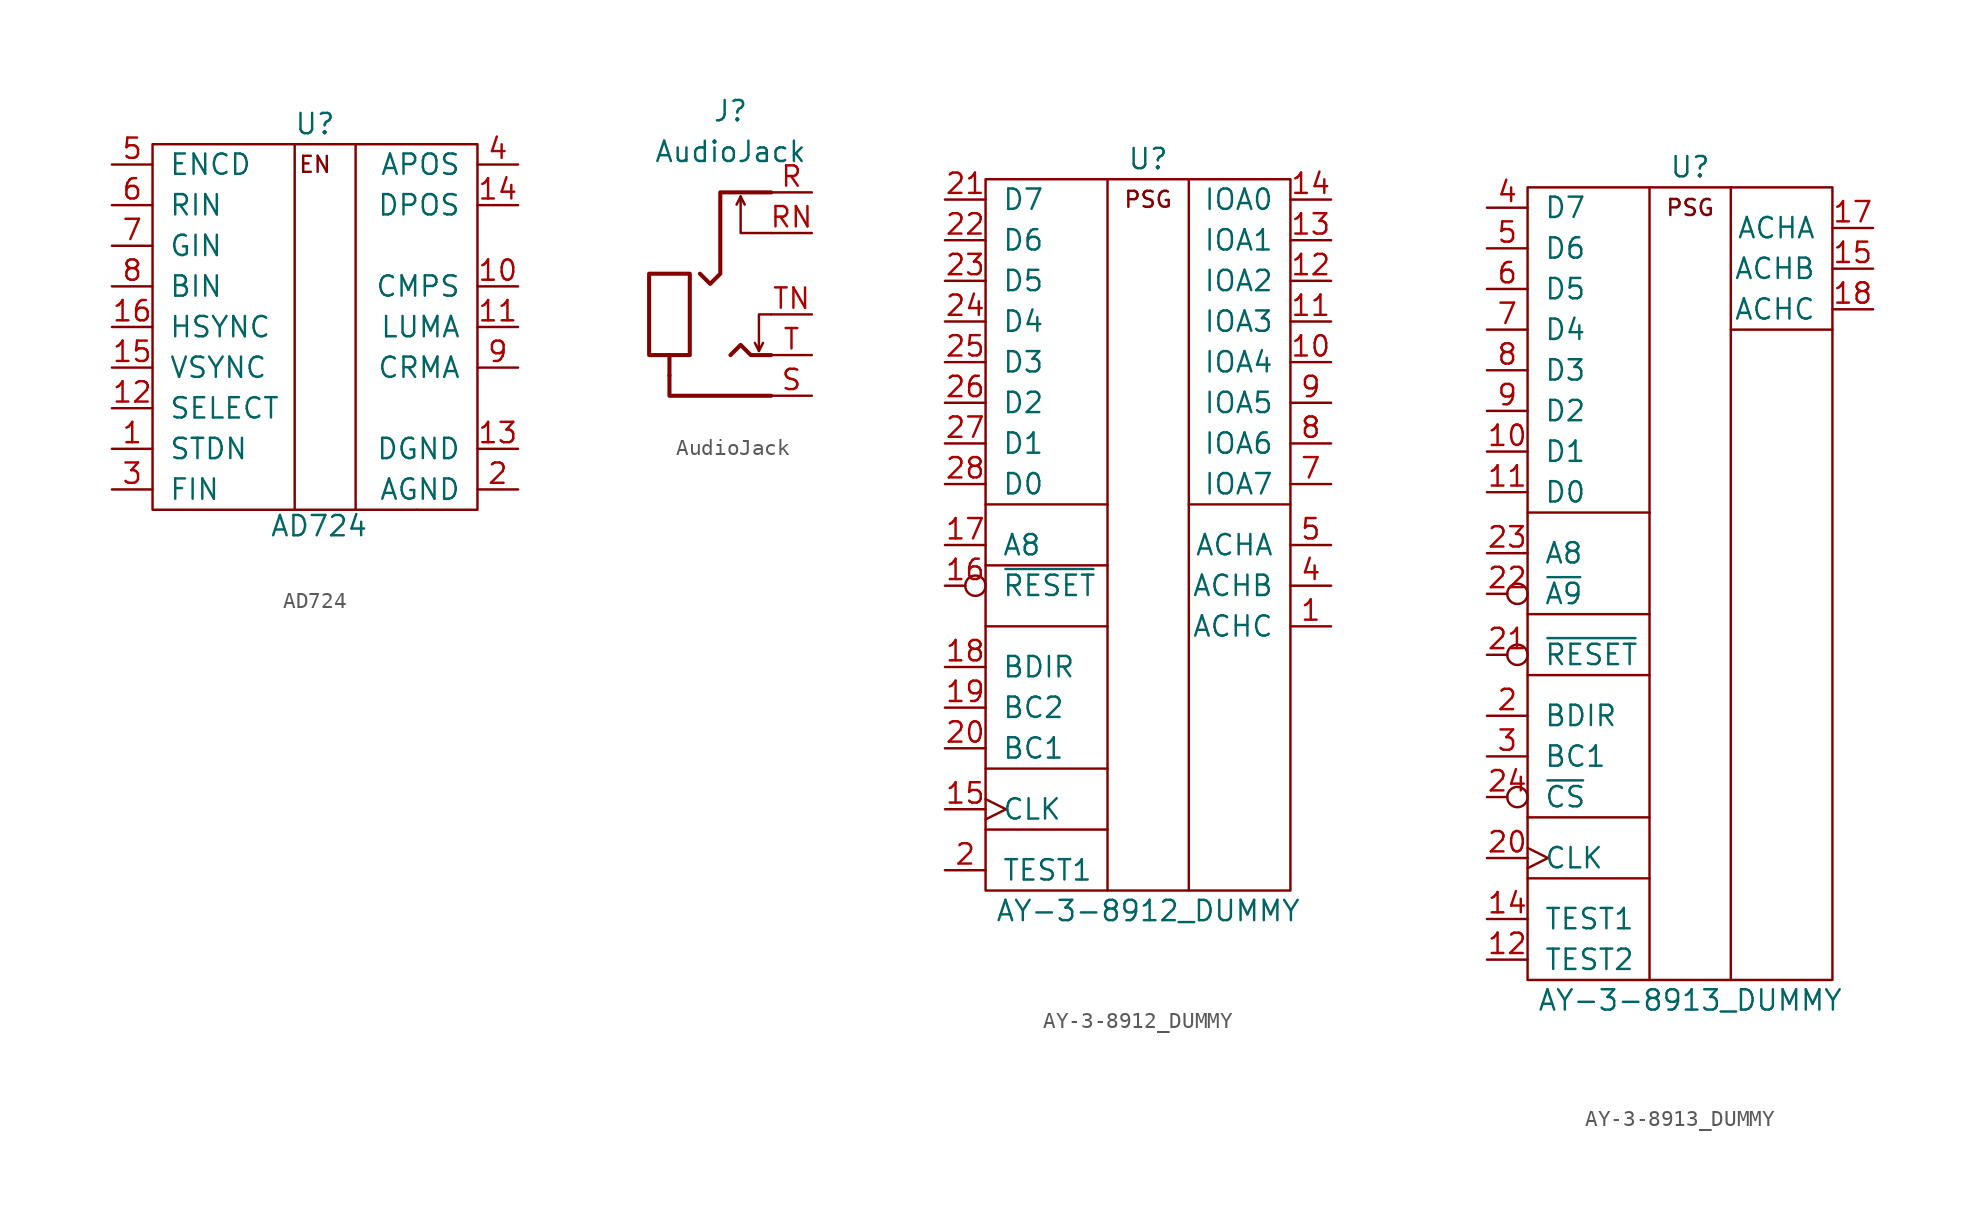
<source format=kicad_sym>
(kicad_symbol_lib
  (version 20211014)
  (generator kicad_symbol_editor)
  (symbol "AD724"
    (pin_names
      (offset 1.016))
    (property "Reference" "U"
      (at 0 12.7 0)
      (effects (font (size 1.27 1.27))))
    (property "Value" "AD724"
      (at 0.254 -12.446 0)
      (effects (font (size 1.27 1.27))))
    (symbol "AD724_0_0"
      (polyline (pts (xy -1.27 11.43) (xy -1.27 -11.43)) (stroke (width 0) (type default) (color 0 0 0 0)) (fill (type none)))
      (polyline (pts (xy 2.54 11.43) (xy 2.54 -11.43)) (stroke (width 0) (type default) (color 0 0 0 0)) (fill (type none)))
      (text "EN" (at 0 10.16 0) (effects (font (size 1 1)))))
    (symbol "AD724_0_1"
      (rectangle (start -10.16 11.43) (end 10.16 -11.43) (stroke (width 0) (type default) (color 0 0 0 0)) (fill (type none)))
      (rectangle (start 6.35 -11.43) (end 6.35 -11.43) (stroke (width 0) (type default) (color 0 0 0 0)) (fill (type none))))
    (symbol "AD724_1_1"
      (pin input line (at -12.7 -7.62 0) (length 2.54) (name "STDN" (effects (font (size 1.27 1.27)))) (number "1" (effects (font (size 1.27 1.27)))))
      (pin output line (at 12.7 2.54 180) (length 2.54) (name "CMPS" (effects (font (size 1.27 1.27)))) (number "10" (effects (font (size 1.27 1.27)))))
      (pin output line (at 12.7 0 180) (length 2.54) (name "LUMA" (effects (font (size 1.27 1.27)))) (number "11" (effects (font (size 1.27 1.27)))))
      (pin input line (at -12.7 -5.08 0) (length 2.54) (name "SELECT" (effects (font (size 1.27 1.27)))) (number "12" (effects (font (size 1.27 1.27)))))
      (pin power_in line (at 12.7 -7.62 180) (length 2.54) (name "DGND" (effects (font (size 1.27 1.27)))) (number "13" (effects (font (size 1.27 1.27)))))
      (pin power_in line (at 12.7 7.62 180) (length 2.54) (name "DPOS" (effects (font (size 1.27 1.27)))) (number "14" (effects (font (size 1.27 1.27)))))
      (pin input line (at -12.7 -2.54 0) (length 2.54) (name "VSYNC" (effects (font (size 1.27 1.27)))) (number "15" (effects (font (size 1.27 1.27)))))
      (pin input line (at -12.7 0 0) (length 2.54) (name "HSYNC" (effects (font (size 1.27 1.27)))) (number "16" (effects (font (size 1.27 1.27)))))
      (pin power_in line (at 12.7 -10.16 180) (length 2.54) (name "AGND" (effects (font (size 1.27 1.27)))) (number "2" (effects (font (size 1.27 1.27)))))
      (pin input line (at -12.7 -10.16 0) (length 2.54) (name "FIN" (effects (font (size 1.27 1.27)))) (number "3" (effects (font (size 1.27 1.27)))))
      (pin power_in line (at 12.7 10.16 180) (length 2.54) (name "APOS" (effects (font (size 1.27 1.27)))) (number "4" (effects (font (size 1.27 1.27)))))
      (pin input line (at -12.7 10.16 0) (length 2.54) (name "ENCD" (effects (font (size 1.27 1.27)))) (number "5" (effects (font (size 1.27 1.27)))))
      (pin input line (at -12.7 7.62 0) (length 2.54) (name "RIN" (effects (font (size 1.27 1.27)))) (number "6" (effects (font (size 1.27 1.27)))))
      (pin input line (at -12.7 5.08 0) (length 2.54) (name "GIN" (effects (font (size 1.27 1.27)))) (number "7" (effects (font (size 1.27 1.27)))))
      (pin input line (at -12.7 2.54 0) (length 2.54) (name "BIN" (effects (font (size 1.27 1.27)))) (number "8" (effects (font (size 1.27 1.27)))))
      (pin output line (at 12.7 -2.54 180) (length 2.54) (name "CRMA" (effects (font (size 1.27 1.27)))) (number "9" (effects (font (size 1.27 1.27)))))))
  (symbol "AudioJack"
    (property "Reference" "J"
      (at 0 11.43 0)
      (effects (font (size 1.27 1.27))))
    (property "Value" "AudioJack"
      (at 0 8.89 0)
      (effects (font (size 1.27 1.27))))
    (symbol "AudioJack_0_1"
      (rectangle (start -2.54 -3.81) (end -5.08 1.27) (stroke (width 0.254) (type default) (color 0 0 0 0)) (fill (type none)))
      (polyline (pts (xy -3.81 -3.81) (xy -3.81 -5.08)) (stroke (width 0.254) (type default) (color 0 0 0 0)) (fill (type none)))
      (polyline (pts (xy -3.81 -5.08) (xy -3.81 -6.35) (xy 2.54 -6.35)) (stroke (width 0.254) (type default) (color 0 0 0 0)) (fill (type none))))
    (symbol "AudioJack_1_1"
      (polyline (pts (xy 0.635 6.096) (xy 0.889 5.588)) (stroke (width 0) (type default) (color 0 0 0 0)) (fill (type none)))
      (polyline (pts (xy 1.778 -3.556) (xy 2.032 -3.048)) (stroke (width 0) (type default) (color 0 0 0 0)) (fill (type none)))
      (polyline (pts (xy 0 -3.81) (xy 0.635 -3.175) (xy 1.27 -3.81) (xy 2.54 -3.81)) (stroke (width 0.254) (type default) (color 0 0 0 0)) (fill (type none)))
      (polyline (pts (xy 2.54 -1.27) (xy 1.778 -1.27) (xy 1.778 -3.556) (xy 1.524 -3.048)) (stroke (width 0) (type default) (color 0 0 0 0)) (fill (type none)))
      (polyline (pts (xy 2.54 3.81) (xy 0.635 3.81) (xy 0.635 6.096) (xy 0.381 5.588)) (stroke (width 0) (type default) (color 0 0 0 0)) (fill (type none)))
      (polyline (pts (xy 2.54 6.35) (xy -0.635 6.35) (xy -0.635 1.27) (xy -1.27 0.635) (xy -1.905 1.27)) (stroke (width 0.254) (type default) (color 0 0 0 0)) (fill (type none)))
      (pin passive line (at 5.08 6.35 180) (length 2.54) (name "~" (effects (font (size 1.27 1.27)))) (number "R" (effects (font (size 1.27 1.27)))))
      (pin passive line (at 5.08 3.81 180) (length 2.54) (name "~" (effects (font (size 1.27 1.27)))) (number "RN" (effects (font (size 1.27 1.27)))))
      (pin passive line (at 5.08 -6.35 180) (length 2.54) (name "~" (effects (font (size 1.27 1.27)))) (number "S" (effects (font (size 1.27 1.27)))))
      (pin passive line (at 5.08 -3.81 180) (length 2.54) (name "~" (effects (font (size 1.27 1.27)))) (number "T" (effects (font (size 1.27 1.27)))))
      (pin passive line (at 5.08 -1.27 180) (length 2.54) (name "~" (effects (font (size 1.27 1.27)))) (number "TN" (effects (font (size 1.27 1.27)))))))
  (symbol "AY-3-8912_DUMMY"
    (pin_names
      (offset 1.016))
    (property "Reference" "U"
      (at 0 25.4 0)
      (effects (font (size 1.27 1.27))))
    (property "Value" "AY-3-8912_DUMMY"
      (at 0 -21.59 0)
      (effects (font (size 1.27 1.27))))
    (symbol "AY-3-8912_DUMMY_0_0"
      (polyline (pts (xy -10.16 -3.81) (xy -2.54 -3.81)) (stroke (width 0) (type default) (color 0 0 0 0)) (fill (type none)))
      (text "PSG" (at 0 22.86 0) (effects (font (size 1 1)))))
    (symbol "AY-3-8912_DUMMY_0_1"
      (rectangle (start -10.16 24.13) (end 8.89 -20.32) (stroke (width 0) (type default) (color 0 0 0 0)) (fill (type none)))
      (polyline (pts (xy -10.16 -16.51) (xy -2.54 -16.51)) (stroke (width 0) (type default) (color 0 0 0 0)) (fill (type none)))
      (polyline (pts (xy -10.16 -12.7) (xy -2.54 -12.7)) (stroke (width 0) (type default) (color 0 0 0 0)) (fill (type none)))
      (polyline (pts (xy -10.16 0) (xy -2.54 0)) (stroke (width 0) (type default) (color 0 0 0 0)) (fill (type none)))
      (polyline (pts (xy -10.16 3.81) (xy -2.54 3.81)) (stroke (width 0) (type default) (color 0 0 0 0)) (fill (type none)))
      (polyline (pts (xy -2.54 3.81) (xy -2.54 3.81)) (stroke (width 0) (type default) (color 0 0 0 0)) (fill (type none)))
      (polyline (pts (xy -2.54 24.13) (xy -2.54 -20.32)) (stroke (width 0) (type default) (color 0 0 0 0)) (fill (type none)))
      (polyline (pts (xy 2.54 -20.32) (xy 2.54 24.13)) (stroke (width 0) (type default) (color 0 0 0 0)) (fill (type none)))
      (polyline (pts (xy 2.54 3.81) (xy 8.89 3.81)) (stroke (width 0) (type default) (color 0 0 0 0)) (fill (type none)))
      (pin power_in line (at 8.89 24.13 180) (length 0) hide (name "VCC" (effects (font (size 1.27 1.27)))) (number "3" (effects (font (size 1.27 1.27)))))
      (pin power_in line (at 8.89 -20.32 180) (length 0) hide (name "GND" (effects (font (size 1.27 1.27)))) (number "6" (effects (font (size 1.27 1.27))))))
    (symbol "AY-3-8912_DUMMY_1_1"
      (pin passive line (at 11.43 -3.81 180) (length 2.54) (name "ACHC" (effects (font (size 1.27 1.27)))) (number "1" (effects (font (size 1.27 1.27)))))
      (pin passive line (at 11.43 12.7 180) (length 2.54) (name "IOA4" (effects (font (size 1.27 1.27)))) (number "10" (effects (font (size 1.27 1.27)))))
      (pin passive line (at 11.43 15.24 180) (length 2.54) (name "IOA3" (effects (font (size 1.27 1.27)))) (number "11" (effects (font (size 1.27 1.27)))))
      (pin passive line (at 11.43 17.78 180) (length 2.54) (name "IOA2" (effects (font (size 1.27 1.27)))) (number "12" (effects (font (size 1.27 1.27)))))
      (pin passive line (at 11.43 20.32 180) (length 2.54) (name "IOA1" (effects (font (size 1.27 1.27)))) (number "13" (effects (font (size 1.27 1.27)))))
      (pin passive line (at 11.43 22.86 180) (length 2.54) (name "IOA0" (effects (font (size 1.27 1.27)))) (number "14" (effects (font (size 1.27 1.27)))))
      (pin passive clock (at -12.7 -15.24 0) (length 2.54) (name "CLK" (effects (font (size 1.27 1.27)))) (number "15" (effects (font (size 1.27 1.27)))))
      (pin passive inverted (at -12.7 -1.27 0) (length 2.54) (name "~{RESET}" (effects (font (size 1.27 1.27)))) (number "16" (effects (font (size 1.27 1.27)))))
      (pin passive line (at -12.7 1.27 0) (length 2.54) (name "A8" (effects (font (size 1.27 1.27)))) (number "17" (effects (font (size 1.27 1.27)))))
      (pin passive line (at -12.7 -6.35 0) (length 2.54) (name "BDIR" (effects (font (size 1.27 1.27)))) (number "18" (effects (font (size 1.27 1.27)))))
      (pin passive line (at -12.7 -8.89 0) (length 2.54) (name "BC2" (effects (font (size 1.27 1.27)))) (number "19" (effects (font (size 1.27 1.27)))))
      (pin passive line (at -12.7 -19.05 0) (length 2.54) (name "TEST1" (effects (font (size 1.27 1.27)))) (number "2" (effects (font (size 1.27 1.27)))))
      (pin passive line (at -12.7 -11.43 0) (length 2.54) (name "BC1" (effects (font (size 1.27 1.27)))) (number "20" (effects (font (size 1.27 1.27)))))
      (pin passive line (at -12.7 22.86 0) (length 2.54) (name "D7" (effects (font (size 1.27 1.27)))) (number "21" (effects (font (size 1.27 1.27)))))
      (pin passive line (at -12.7 20.32 0) (length 2.54) (name "D6" (effects (font (size 1.27 1.27)))) (number "22" (effects (font (size 1.27 1.27)))))
      (pin passive line (at -12.7 17.78 0) (length 2.54) (name "D5" (effects (font (size 1.27 1.27)))) (number "23" (effects (font (size 1.27 1.27)))))
      (pin passive line (at -12.7 15.24 0) (length 2.54) (name "D4" (effects (font (size 1.27 1.27)))) (number "24" (effects (font (size 1.27 1.27)))))
      (pin passive line (at -12.7 12.7 0) (length 2.54) (name "D3" (effects (font (size 1.27 1.27)))) (number "25" (effects (font (size 1.27 1.27)))))
      (pin passive line (at -12.7 10.16 0) (length 2.54) (name "D2" (effects (font (size 1.27 1.27)))) (number "26" (effects (font (size 1.27 1.27)))))
      (pin passive line (at -12.7 7.62 0) (length 2.54) (name "D1" (effects (font (size 1.27 1.27)))) (number "27" (effects (font (size 1.27 1.27)))))
      (pin passive line (at -12.7 5.08 0) (length 2.54) (name "D0" (effects (font (size 1.27 1.27)))) (number "28" (effects (font (size 1.27 1.27)))))
      (pin passive line (at 11.43 -1.27 180) (length 2.54) (name "ACHB" (effects (font (size 1.27 1.27)))) (number "4" (effects (font (size 1.27 1.27)))))
      (pin passive line (at 11.43 1.27 180) (length 2.54) (name "ACHA" (effects (font (size 1.27 1.27)))) (number "5" (effects (font (size 1.27 1.27)))))
      (pin passive line (at 11.43 5.08 180) (length 2.54) (name "IOA7" (effects (font (size 1.27 1.27)))) (number "7" (effects (font (size 1.27 1.27)))))
      (pin passive line (at 11.43 7.62 180) (length 2.54) (name "IOA6" (effects (font (size 1.27 1.27)))) (number "8" (effects (font (size 1.27 1.27)))))
      (pin passive line (at 11.43 10.16 180) (length 2.54) (name "IOA5" (effects (font (size 1.27 1.27)))) (number "9" (effects (font (size 1.27 1.27)))))))
  (symbol "AY-3-8913_DUMMY"
    (pin_names
      (offset 1.016))
    (property "Reference" "U"
      (at 0 25.4 0)
      (effects (font (size 1.27 1.27))))
    (property "Value" "AY-3-8913_DUMMY"
      (at 0 -26.67 0)
      (effects (font (size 1.27 1.27))))
    (symbol "AY-3-8913_DUMMY_0_0"
      (polyline (pts (xy -10.16 -6.35) (xy -2.54 -6.35)) (stroke (width 0) (type default) (color 0 0 0 0)) (fill (type none)))
      (text "PSG" (at 0 22.86 0) (effects (font (size 1 1)))))
    (symbol "AY-3-8913_DUMMY_0_1"
      (rectangle (start -10.16 24.13) (end 8.89 -25.4) (stroke (width 0) (type default) (color 0 0 0 0)) (fill (type none)))
      (polyline (pts (xy -10.16 -19.05) (xy -2.54 -19.05)) (stroke (width 0) (type default) (color 0 0 0 0)) (fill (type none)))
      (polyline (pts (xy -10.16 -15.24) (xy -2.54 -15.24)) (stroke (width 0) (type default) (color 0 0 0 0)) (fill (type none)))
      (polyline (pts (xy -10.16 -2.54) (xy -2.54 -2.54)) (stroke (width 0) (type default) (color 0 0 0 0)) (fill (type none)))
      (polyline (pts (xy -10.16 3.81) (xy -2.54 3.81)) (stroke (width 0) (type default) (color 0 0 0 0)) (fill (type none)))
      (polyline (pts (xy -2.54 3.81) (xy -2.54 3.81)) (stroke (width 0) (type default) (color 0 0 0 0)) (fill (type none)))
      (polyline (pts (xy -2.54 24.13) (xy -2.54 -25.4)) (stroke (width 0) (type default) (color 0 0 0 0)) (fill (type none)))
      (polyline (pts (xy 2.54 -25.4) (xy 2.54 24.13)) (stroke (width 0) (type default) (color 0 0 0 0)) (fill (type none)))
      (polyline (pts (xy 2.54 15.24) (xy 8.89 15.24)) (stroke (width 0) (type default) (color 0 0 0 0)) (fill (type none)))
      (pin power_in line (at 8.89 -22.86 180) (length 0) hide (name "GND" (effects (font (size 1.27 1.27)))) (number "1" (effects (font (size 1.27 1.27)))))
      (pin power_in line (at 8.89 24.13 180) (length 0) hide (name "VCC" (effects (font (size 1.27 1.27)))) (number "13" (effects (font (size 1.27 1.27)))))
      (pin no_connect line (at 8.89 -20.32 180) (length 0) hide (name "NC" (effects (font (size 1.27 1.27)))) (number "16" (effects (font (size 1.27 1.27)))))
      (pin power_in line (at 8.89 -25.4 180) (length 0) hide (name "GND" (effects (font (size 1.27 1.27)))) (number "19" (effects (font (size 1.27 1.27))))))
    (symbol "AY-3-8913_DUMMY_1_1"
      (pin passive line (at -12.7 7.62 0) (length 2.54) (name "D1" (effects (font (size 1.27 1.27)))) (number "10" (effects (font (size 1.27 1.27)))))
      (pin passive line (at -12.7 5.08 0) (length 2.54) (name "D0" (effects (font (size 1.27 1.27)))) (number "11" (effects (font (size 1.27 1.27)))))
      (pin passive line (at -12.7 -24.13 0) (length 2.54) (name "TEST2" (effects (font (size 1.27 1.27)))) (number "12" (effects (font (size 1.27 1.27)))))
      (pin passive line (at -12.7 -21.59 0) (length 2.54) (name "TEST1" (effects (font (size 1.27 1.27)))) (number "14" (effects (font (size 1.27 1.27)))))
      (pin passive line (at 11.43 19.05 180) (length 2.54) (name "ACHB" (effects (font (size 1.27 1.27)))) (number "15" (effects (font (size 1.27 1.27)))))
      (pin passive line (at 11.43 21.59 180) (length 2.54) (name "ACHA" (effects (font (size 1.27 1.27)))) (number "17" (effects (font (size 1.27 1.27)))))
      (pin passive line (at 11.43 16.51 180) (length 2.54) (name "ACHC" (effects (font (size 1.27 1.27)))) (number "18" (effects (font (size 1.27 1.27)))))
      (pin passive line (at -12.7 -8.89 0) (length 2.54) (name "BDIR" (effects (font (size 1.27 1.27)))) (number "2" (effects (font (size 1.27 1.27)))))
      (pin passive clock (at -12.7 -17.78 0) (length 2.54) (name "CLK" (effects (font (size 1.27 1.27)))) (number "20" (effects (font (size 1.27 1.27)))))
      (pin passive inverted (at -12.7 -5.08 0) (length 2.54) (name "~{RESET}" (effects (font (size 1.27 1.27)))) (number "21" (effects (font (size 1.27 1.27)))))
      (pin passive inverted (at -12.7 -1.27 0) (length 2.54) (name "~{A9}" (effects (font (size 1.27 1.27)))) (number "22" (effects (font (size 1.27 1.27)))))
      (pin passive line (at -12.7 1.27 0) (length 2.54) (name "A8" (effects (font (size 1.27 1.27)))) (number "23" (effects (font (size 1.27 1.27)))))
      (pin passive inverted (at -12.7 -13.97 0) (length 2.54) (name "~{CS}" (effects (font (size 1.27 1.27)))) (number "24" (effects (font (size 1.27 1.27)))))
      (pin passive line (at -12.7 -11.43 0) (length 2.54) (name "BC1" (effects (font (size 1.27 1.27)))) (number "3" (effects (font (size 1.27 1.27)))))
      (pin passive line (at -12.7 22.86 0) (length 2.54) (name "D7" (effects (font (size 1.27 1.27)))) (number "4" (effects (font (size 1.27 1.27)))))
      (pin passive line (at -12.7 20.32 0) (length 2.54) (name "D6" (effects (font (size 1.27 1.27)))) (number "5" (effects (font (size 1.27 1.27)))))
      (pin passive line (at -12.7 17.78 0) (length 2.54) (name "D5" (effects (font (size 1.27 1.27)))) (number "6" (effects (font (size 1.27 1.27)))))
      (pin passive line (at -12.7 15.24 0) (length 2.54) (name "D4" (effects (font (size 1.27 1.27)))) (number "7" (effects (font (size 1.27 1.27)))))
      (pin passive line (at -12.7 12.7 0) (length 2.54) (name "D3" (effects (font (size 1.27 1.27)))) (number "8" (effects (font (size 1.27 1.27)))))
      (pin passive line (at -12.7 10.16 0) (length 2.54) (name "D2" (effects (font (size 1.27 1.27)))) (number "9" (effects (font (size 1.27 1.27))))))))
</source>
